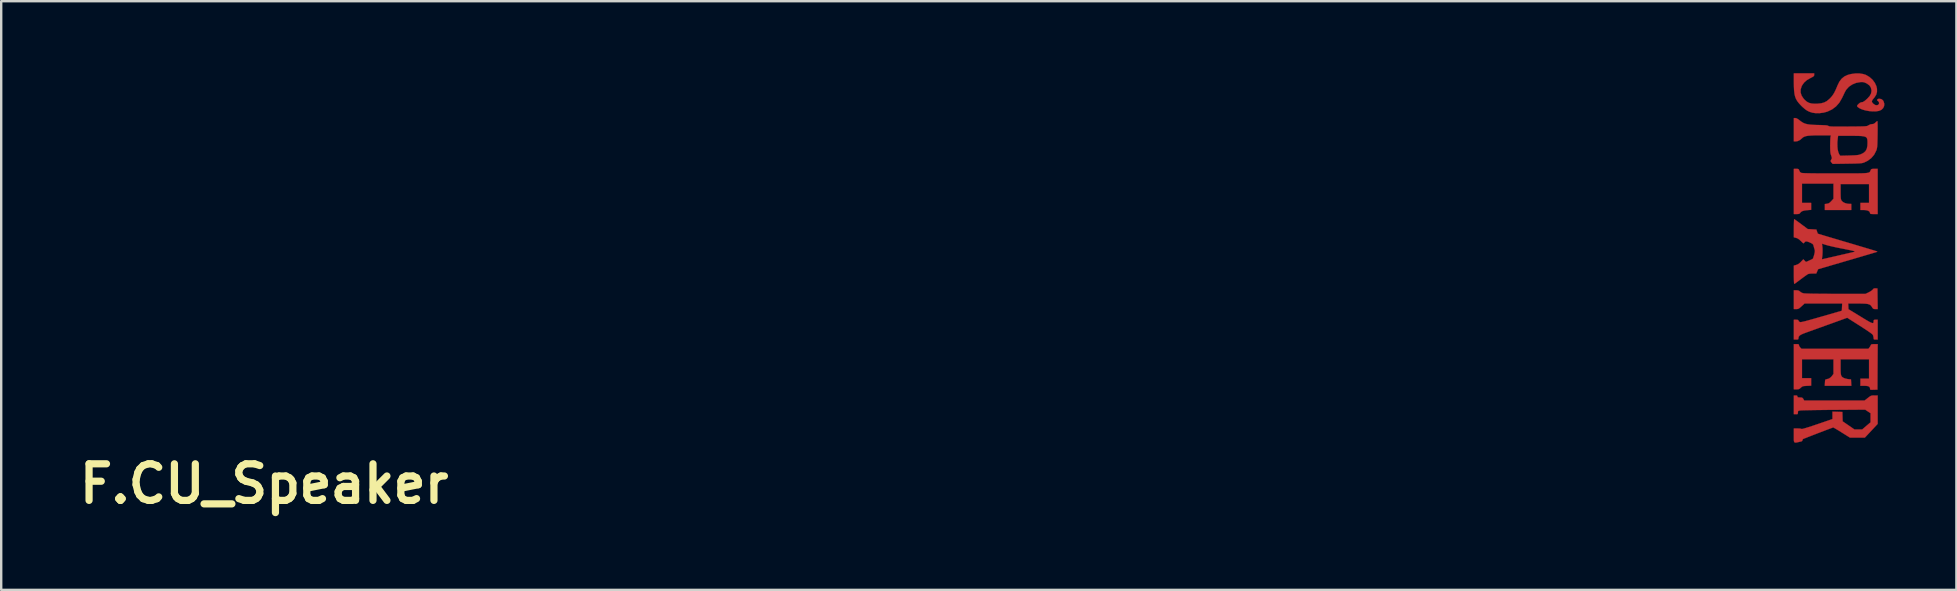
<source format=kicad_pcb>
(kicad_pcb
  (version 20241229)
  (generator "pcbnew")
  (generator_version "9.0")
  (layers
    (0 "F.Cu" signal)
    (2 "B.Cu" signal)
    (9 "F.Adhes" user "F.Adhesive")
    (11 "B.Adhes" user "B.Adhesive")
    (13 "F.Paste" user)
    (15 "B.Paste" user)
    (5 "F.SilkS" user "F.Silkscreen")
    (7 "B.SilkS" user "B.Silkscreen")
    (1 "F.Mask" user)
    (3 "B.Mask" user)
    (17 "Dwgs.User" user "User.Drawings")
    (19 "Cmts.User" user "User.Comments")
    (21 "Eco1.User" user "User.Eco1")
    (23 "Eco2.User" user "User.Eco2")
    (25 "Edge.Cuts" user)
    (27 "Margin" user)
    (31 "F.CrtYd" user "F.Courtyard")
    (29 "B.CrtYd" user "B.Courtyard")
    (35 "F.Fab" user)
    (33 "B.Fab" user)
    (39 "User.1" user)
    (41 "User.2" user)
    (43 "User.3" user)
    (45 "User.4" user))
  (footprint "F.CU_Speaker"
    (layer "F.Cu")
    (at 7.954 17.108)
    (property "Reference" "F.CU_Speaker" (at 0 0 0) (layer "F.SilkS") (effects (font (size 1.524 1.524) (thickness 0.3))))
    (attr through_hole)
    (fp_poly (pts (xy 63.902 -5.819) (xy 63.934 -5.809) (xy 63.944 -5.788) (xy 63.944 -5.778) (xy 63.959 -5.733) (xy 63.994 -5.685) (xy 63.996 -5.682) (xy 64.048 -5.63) (xy 66.841 -5.63) (xy 66.884 -5.685) (xy 66.919 -5.736) (xy 66.94 -5.78) (xy 66.953 -5.803) (xy 66.982 -5.815) (xy 67.036 -5.82) (xy 67.089 -5.821) (xy 67.226 -5.821) (xy 67.22 -4.874) (xy 67.215 -3.926) (xy 67.061 -3.92) (xy 66.982 -3.918) (xy 66.936 -3.92) (xy 66.915 -3.929) (xy 66.908 -3.949) (xy 66.908 -3.965) (xy 66.897 -4.02) (xy 66.86 -4.056) (xy 66.793 -4.077) (xy 66.69 -4.085) (xy 66.668 -4.085) (xy 66.506 -4.085) (xy 66.506 -4.381) (xy 66.865 -4.381) (xy 66.865 -5.186) (xy 65.68 -5.186) (xy 65.68 -4.862) (xy 65.681 -4.725) (xy 65.685 -4.623) (xy 65.695 -4.549) (xy 65.711 -4.497) (xy 65.737 -4.461) (xy 65.775 -4.432) (xy 65.814 -4.41) (xy 65.875 -4.387) (xy 65.955 -4.369) (xy 65.998 -4.362) (xy 66.114 -4.35) (xy 66.12 -4.217) (xy 66.127 -4.085) (xy 65.022 -4.085) (xy 65.028 -4.217) (xy 65.033 -4.29) (xy 65.041 -4.331) (xy 65.058 -4.349) (xy 65.087 -4.356) (xy 65.088 -4.356) (xy 65.194 -4.385) (xy 65.279 -4.446) (xy 65.32 -4.494) (xy 65.384 -4.58) (xy 65.384 -5.186) (xy 64.072 -5.186) (xy 64.072 -4.403) (xy 64.453 -4.403) (xy 64.453 -4.09) (xy 64.274 -4.082) (xy 64.185 -4.077) (xy 64.126 -4.07) (xy 64.085 -4.055) (xy 64.05 -4.03) (xy 64.024 -4.006) (xy 63.974 -3.963) (xy 63.926 -3.943) (xy 63.86 -3.937) (xy 63.843 -3.937) (xy 63.733 -3.937) (xy 63.733 -5.821) (xy 63.839 -5.821) (xy 63.902 -5.819)) (stroke (width 0.01) (type solid)) (fill yes) (layer "F.Cu"))
    (fp_poly (pts (xy 63.896 -13.121) (xy 63.929 -13.11) (xy 63.947 -13.081) (xy 63.956 -13.055) (xy 63.987 -12.997) (xy 64.029 -12.96) (xy 64.05 -12.954) (xy 64.09 -12.949) (xy 64.153 -12.945) (xy 64.239 -12.942) (xy 64.353 -12.939) (xy 64.496 -12.937) (xy 64.671 -12.935) (xy 64.881 -12.934) (xy 65.128 -12.933) (xy 65.414 -12.933) (xy 65.448 -12.933) (xy 65.729 -12.933) (xy 65.97 -12.933) (xy 66.175 -12.933) (xy 66.347 -12.934) (xy 66.489 -12.936) (xy 66.604 -12.939) (xy 66.695 -12.944) (xy 66.765 -12.95) (xy 66.817 -12.958) (xy 66.855 -12.968) (xy 66.881 -12.981) (xy 66.898 -12.996) (xy 66.91 -13.015) (xy 66.92 -13.036) (xy 66.929 -13.059) (xy 66.946 -13.094) (xy 66.967 -13.113) (xy 67.005 -13.121) (xy 67.072 -13.123) (xy 67.09 -13.123) (xy 67.225 -13.123) (xy 67.225 -11.239) (xy 67.067 -11.239) (xy 66.985 -11.241) (xy 66.938 -11.245) (xy 66.915 -11.256) (xy 66.908 -11.274) (xy 66.908 -11.28) (xy 66.888 -11.336) (xy 66.832 -11.378) (xy 66.744 -11.402) (xy 66.651 -11.409) (xy 66.506 -11.409) (xy 66.506 -11.705) (xy 66.865 -11.705) (xy 66.865 -12.488) (xy 65.68 -12.488) (xy 65.68 -12.176) (xy 65.681 -12.051) (xy 65.684 -11.959) (xy 65.689 -11.895) (xy 65.698 -11.85) (xy 65.711 -11.815) (xy 65.721 -11.798) (xy 65.776 -11.742) (xy 65.861 -11.698) (xy 65.963 -11.67) (xy 66.044 -11.663) (xy 66.125 -11.663) (xy 66.125 -11.409) (xy 65.024 -11.409) (xy 65.024 -11.657) (xy 65.114 -11.669) (xy 65.174 -11.683) (xy 65.225 -11.713) (xy 65.283 -11.768) (xy 65.294 -11.78) (xy 65.384 -11.879) (xy 65.384 -12.509) (xy 64.072 -12.509) (xy 64.072 -11.705) (xy 64.453 -11.705) (xy 64.453 -11.415) (xy 64.299 -11.403) (xy 64.177 -11.388) (xy 64.089 -11.364) (xy 64.028 -11.326) (xy 63.997 -11.289) (xy 63.971 -11.26) (xy 63.934 -11.245) (xy 63.873 -11.24) (xy 63.849 -11.239) (xy 63.733 -11.239) (xy 63.733 -13.123) (xy 63.834 -13.123) (xy 63.896 -13.121)) (stroke (width 0.01) (type solid)) (fill yes) (layer "F.Cu"))
    (fp_poly (pts (xy 63.858 -3.678) (xy 63.879 -3.66) (xy 63.881 -3.641) (xy 63.887 -3.615) (xy 63.911 -3.603) (xy 63.963 -3.598) (xy 63.986 -3.598) (xy 64.051 -3.595) (xy 64.09 -3.582) (xy 64.118 -3.551) (xy 64.128 -3.535) (xy 64.165 -3.471) (xy 66.68 -3.471) (xy 66.815 -3.577) (xy 66.883 -3.63) (xy 66.934 -3.661) (xy 66.979 -3.677) (xy 67.034 -3.682) (xy 67.087 -3.683) (xy 67.225 -3.683) (xy 67.225 -2.497) (xy 66.958 -2.211) (xy 66.691 -1.926) (xy 66.07 -1.926) (xy 65.732 -2.137) (xy 65.625 -2.204) (xy 65.529 -2.262) (xy 65.451 -2.308) (xy 65.397 -2.338) (xy 65.372 -2.349) (xy 65.372 -2.349) (xy 65.349 -2.342) (xy 65.292 -2.321) (xy 65.208 -2.29) (xy 65.101 -2.25) (xy 64.978 -2.203) (xy 64.845 -2.152) (xy 64.706 -2.099) (xy 64.569 -2.046) (xy 64.438 -1.995) (xy 64.319 -1.949) (xy 64.219 -1.909) (xy 64.142 -1.879) (xy 64.119 -1.869) (xy 64.097 -1.841) (xy 64.093 -1.818) (xy 64.074 -1.782) (xy 64.045 -1.768) (xy 63.924 -1.74) (xy 63.839 -1.722) (xy 63.783 -1.72) (xy 63.751 -1.738) (xy 63.736 -1.781) (xy 63.732 -1.854) (xy 63.733 -1.961) (xy 63.733 -2.011) (xy 63.733 -2.307) (xy 63.89 -2.307) (xy 63.973 -2.304) (xy 64.031 -2.296) (xy 64.054 -2.284) (xy 64.076 -2.285) (xy 64.134 -2.299) (xy 64.225 -2.325) (xy 64.346 -2.362) (xy 64.494 -2.41) (xy 64.665 -2.468) (xy 64.702 -2.48) (xy 65.341 -2.699) (xy 65.341 -2.853) (xy 65.341 -3.007) (xy 65.754 -2.995) (xy 65.76 -2.8) (xy 65.766 -2.604) (xy 66.259 -2.265) (xy 66.419 -2.265) (xy 66.58 -2.265) (xy 66.754 -2.415) (xy 66.929 -2.564) (xy 66.929 -2.942) (xy 66.816 -3.017) (xy 66.704 -3.091) (xy 65.414 -3.082) (xy 65.181 -3.081) (xy 64.957 -3.078) (xy 64.748 -3.076) (xy 64.557 -3.073) (xy 64.388 -3.07) (xy 64.244 -3.067) (xy 64.132 -3.064) (xy 64.053 -3.062) (xy 64.013 -3.059) (xy 63.949 -3.049) (xy 63.916 -3.036) (xy 63.904 -3.011) (xy 63.902 -2.972) (xy 63.899 -2.926) (xy 63.883 -2.905) (xy 63.841 -2.9) (xy 63.818 -2.9) (xy 63.733 -2.9) (xy 63.733 -3.683) (xy 63.807 -3.683) (xy 63.858 -3.678)) (stroke (width 0.01) (type solid)) (fill yes) (layer "F.Cu"))
    (fp_poly (pts (xy 67.137 -8.145) (xy 67.215 -8.139) (xy 67.22 -7.71) (xy 67.226 -7.281) (xy 67.131 -7.281) (xy 67.073 -7.284) (xy 67.037 -7.299) (xy 67.006 -7.335) (xy 66.982 -7.374) (xy 66.952 -7.418) (xy 66.917 -7.452) (xy 66.871 -7.477) (xy 66.809 -7.494) (xy 66.724 -7.505) (xy 66.611 -7.511) (xy 66.464 -7.514) (xy 66.368 -7.514) (xy 65.996 -7.514) (xy 66.008 -7.276) (xy 66.505 -6.973) (xy 66.66 -6.878) (xy 66.783 -6.805) (xy 66.877 -6.751) (xy 66.947 -6.716) (xy 66.996 -6.699) (xy 67.028 -6.697) (xy 67.046 -6.709) (xy 67.054 -6.735) (xy 67.056 -6.773) (xy 67.056 -6.776) (xy 67.06 -6.815) (xy 67.078 -6.832) (xy 67.125 -6.837) (xy 67.141 -6.837) (xy 67.225 -6.837) (xy 67.225 -6.011) (xy 67.141 -6.011) (xy 67.086 -6.014) (xy 67.062 -6.028) (xy 67.056 -6.065) (xy 67.055 -6.091) (xy 67.036 -6.179) (xy 67.008 -6.226) (xy 66.978 -6.252) (xy 66.917 -6.297) (xy 66.831 -6.357) (xy 66.724 -6.429) (xy 66.602 -6.509) (xy 66.469 -6.594) (xy 66.458 -6.601) (xy 65.956 -6.92) (xy 65.22 -6.654) (xy 65.04 -6.59) (xy 64.862 -6.525) (xy 64.693 -6.464) (xy 64.538 -6.409) (xy 64.405 -6.361) (xy 64.3 -6.323) (xy 64.241 -6.302) (xy 64.117 -6.255) (xy 64.029 -6.214) (xy 63.971 -6.175) (xy 63.938 -6.133) (xy 63.925 -6.087) (xy 63.924 -6.07) (xy 63.92 -6.034) (xy 63.902 -6.017) (xy 63.859 -6.012) (xy 63.828 -6.011) (xy 63.733 -6.011) (xy 63.733 -6.837) (xy 63.828 -6.837) (xy 63.893 -6.832) (xy 63.921 -6.816) (xy 63.923 -6.808) (xy 63.939 -6.775) (xy 63.97 -6.748) (xy 63.984 -6.741) (xy 64.003 -6.738) (xy 64.033 -6.739) (xy 64.075 -6.746) (xy 64.135 -6.759) (xy 64.216 -6.779) (xy 64.321 -6.807) (xy 64.454 -6.844) (xy 64.62 -6.891) (xy 64.822 -6.949) (xy 64.875 -6.964) (xy 65.733 -7.212) (xy 65.739 -7.363) (xy 65.746 -7.514) (xy 64.18 -7.514) (xy 64.054 -7.398) (xy 63.988 -7.339) (xy 63.941 -7.304) (xy 63.899 -7.287) (xy 63.852 -7.282) (xy 63.831 -7.281) (xy 63.733 -7.281) (xy 63.733 -8.065) (xy 63.835 -8.065) (xy 63.908 -8.059) (xy 63.957 -8.038) (xy 63.985 -8.014) (xy 64.036 -7.976) (xy 64.105 -7.945) (xy 64.125 -7.94) (xy 64.17 -7.934) (xy 64.256 -7.929) (xy 64.384 -7.925) (xy 64.553 -7.921) (xy 64.763 -7.919) (xy 65.016 -7.917) (xy 65.31 -7.916) (xy 65.47 -7.916) (xy 66.722 -7.916) (xy 66.855 -7.98) (xy 66.928 -8.02) (xy 66.989 -8.063) (xy 67.023 -8.097) (xy 67.056 -8.134) (xy 67.1 -8.146) (xy 67.137 -8.145)) (stroke (width 0.01) (type solid)) (fill yes) (layer "F.Cu"))
    (fp_poly (pts (xy 64.579 -17.042) (xy 64.576 -17.01) (xy 64.559 -16.984) (xy 64.522 -16.957) (xy 64.457 -16.923) (xy 64.423 -16.906) (xy 64.273 -16.819) (xy 64.16 -16.719) (xy 64.076 -16.6) (xy 64.059 -16.565) (xy 64.016 -16.431) (xy 64.015 -16.301) (xy 64.056 -16.173) (xy 64.138 -16.049) (xy 64.19 -15.993) (xy 64.275 -15.92) (xy 64.367 -15.872) (xy 64.475 -15.844) (xy 64.607 -15.835) (xy 64.708 -15.837) (xy 64.865 -15.853) (xy 64.993 -15.887) (xy 65.105 -15.945) (xy 65.21 -16.032) (xy 65.264 -16.086) (xy 65.323 -16.154) (xy 65.373 -16.224) (xy 65.421 -16.304) (xy 65.47 -16.403) (xy 65.525 -16.53) (xy 65.552 -16.597) (xy 65.631 -16.757) (xy 65.725 -16.88) (xy 65.839 -16.972) (xy 65.979 -17.037) (xy 66.114 -17.073) (xy 66.295 -17.097) (xy 66.469 -17.097) (xy 66.628 -17.072) (xy 66.739 -17.035) (xy 66.884 -16.949) (xy 67.009 -16.838) (xy 67.106 -16.708) (xy 67.172 -16.565) (xy 67.196 -16.456) (xy 67.196 -16.325) (xy 67.161 -16.208) (xy 67.088 -16.095) (xy 67.065 -16.068) (xy 67.007 -15.997) (xy 66.983 -15.943) (xy 66.991 -15.896) (xy 67.032 -15.847) (xy 67.059 -15.823) (xy 67.135 -15.778) (xy 67.207 -15.774) (xy 67.255 -15.797) (xy 67.283 -15.84) (xy 67.281 -15.892) (xy 67.251 -15.938) (xy 67.233 -15.95) (xy 67.202 -15.979) (xy 67.207 -16.01) (xy 67.24 -16.035) (xy 67.291 -16.044) (xy 67.378 -16.029) (xy 67.442 -15.981) (xy 67.469 -15.939) (xy 67.5 -15.838) (xy 67.492 -15.74) (xy 67.451 -15.652) (xy 67.378 -15.582) (xy 67.279 -15.539) (xy 67.157 -15.52) (xy 67.018 -15.518) (xy 66.871 -15.53) (xy 66.727 -15.556) (xy 66.594 -15.593) (xy 66.482 -15.64) (xy 66.401 -15.694) (xy 66.387 -15.708) (xy 66.368 -15.734) (xy 66.369 -15.757) (xy 66.393 -15.79) (xy 66.423 -15.822) (xy 66.486 -15.874) (xy 66.543 -15.896) (xy 66.549 -15.896) (xy 66.6 -15.905) (xy 66.658 -15.935) (xy 66.73 -15.991) (xy 66.798 -16.053) (xy 66.893 -16.158) (xy 66.949 -16.261) (xy 66.968 -16.365) (xy 66.966 -16.405) (xy 66.94 -16.513) (xy 66.882 -16.599) (xy 66.787 -16.671) (xy 66.748 -16.691) (xy 66.672 -16.725) (xy 66.609 -16.739) (xy 66.535 -16.74) (xy 66.5 -16.737) (xy 66.325 -16.705) (xy 66.166 -16.639) (xy 66.028 -16.546) (xy 65.919 -16.427) (xy 65.865 -16.336) (xy 65.828 -16.26) (xy 65.783 -16.165) (xy 65.738 -16.072) (xy 65.735 -16.066) (xy 65.626 -15.879) (xy 65.49 -15.725) (xy 65.326 -15.602) (xy 65.134 -15.511) (xy 65.111 -15.503) (xy 64.963 -15.464) (xy 64.803 -15.444) (xy 64.647 -15.443) (xy 64.512 -15.462) (xy 64.511 -15.462) (xy 64.395 -15.498) (xy 64.295 -15.544) (xy 64.2 -15.609) (xy 64.097 -15.698) (xy 64.045 -15.748) (xy 63.954 -15.845) (xy 63.882 -15.936) (xy 63.827 -16.028) (xy 63.787 -16.128) (xy 63.76 -16.244) (xy 63.743 -16.382) (xy 63.735 -16.548) (xy 63.733 -16.735) (xy 63.733 -17.103) (xy 64.579 -17.103) (xy 64.579 -17.042)) (stroke (width 0.01) (type solid)) (fill yes) (layer "F.Cu"))
    (fp_poly (pts (xy 63.853 -15.225) (xy 63.93 -15.177) (xy 63.979 -15.139) (xy 64.054 -15.082) (xy 64.128 -15.038) (xy 64.207 -15.005) (xy 64.299 -14.982) (xy 64.41 -14.966) (xy 64.548 -14.956) (xy 64.72 -14.95) (xy 64.748 -14.95) (xy 64.894 -14.946) (xy 65.003 -14.941) (xy 65.081 -14.936) (xy 65.132 -14.928) (xy 65.163 -14.917) (xy 65.174 -14.91) (xy 65.188 -14.902) (xy 65.213 -14.895) (xy 65.253 -14.89) (xy 65.311 -14.887) (xy 65.393 -14.884) (xy 65.501 -14.883) (xy 65.64 -14.883) (xy 65.814 -14.883) (xy 65.993 -14.885) (xy 66.196 -14.886) (xy 66.361 -14.888) (xy 66.492 -14.89) (xy 66.594 -14.892) (xy 66.671 -14.895) (xy 66.727 -14.9) (xy 66.768 -14.905) (xy 66.796 -14.912) (xy 66.817 -14.922) (xy 66.834 -14.933) (xy 66.842 -14.938) (xy 66.929 -14.979) (xy 66.988 -14.986) (xy 67.056 -14.996) (xy 67.112 -15.032) (xy 67.13 -15.05) (xy 67.172 -15.089) (xy 67.204 -15.111) (xy 67.21 -15.113) (xy 67.216 -15.093) (xy 67.22 -15.034) (xy 67.222 -14.94) (xy 67.223 -14.817) (xy 67.222 -14.666) (xy 67.221 -14.557) (xy 67.218 -14.387) (xy 67.214 -14.253) (xy 67.211 -14.15) (xy 67.206 -14.071) (xy 67.199 -14.011) (xy 67.191 -13.964) (xy 67.18 -13.923) (xy 67.165 -13.884) (xy 67.164 -13.88) (xy 67.077 -13.712) (xy 66.957 -13.571) (xy 66.807 -13.459) (xy 66.672 -13.393) (xy 66.636 -13.38) (xy 66.599 -13.369) (xy 66.555 -13.361) (xy 66.498 -13.355) (xy 66.424 -13.35) (xy 66.326 -13.346) (xy 66.2 -13.343) (xy 66.039 -13.341) (xy 65.955 -13.339) (xy 65.352 -13.331) (xy 65.302 -13.385) (xy 65.27 -13.428) (xy 65.268 -13.467) (xy 65.295 -13.518) (xy 65.304 -13.53) (xy 65.316 -13.56) (xy 65.313 -13.601) (xy 65.292 -13.667) (xy 65.288 -13.678) (xy 65.27 -13.734) (xy 65.258 -13.795) (xy 65.251 -13.87) (xy 65.247 -13.97) (xy 65.246 -14.083) (xy 65.545 -14.083) (xy 65.557 -13.94) (xy 65.584 -13.82) (xy 65.618 -13.739) (xy 65.661 -13.669) (xy 66.036 -13.678) (xy 66.178 -13.683) (xy 66.286 -13.688) (xy 66.367 -13.695) (xy 66.43 -13.704) (xy 66.482 -13.718) (xy 66.529 -13.734) (xy 66.639 -13.79) (xy 66.719 -13.862) (xy 66.77 -13.955) (xy 66.796 -14.077) (xy 66.802 -14.193) (xy 66.801 -14.276) (xy 66.795 -14.343) (xy 66.78 -14.395) (xy 66.752 -14.434) (xy 66.706 -14.462) (xy 66.638 -14.48) (xy 66.544 -14.491) (xy 66.419 -14.497) (xy 66.26 -14.499) (xy 66.106 -14.499) (xy 65.577 -14.499) (xy 65.562 -14.402) (xy 65.546 -14.24) (xy 65.545 -14.083) (xy 65.246 -14.083) (xy 65.246 -14.086) (xy 65.247 -14.2) (xy 65.25 -14.305) (xy 65.255 -14.389) (xy 65.26 -14.444) (xy 65.262 -14.452) (xy 65.277 -14.52) (xy 64.82 -14.52) (xy 64.626 -14.519) (xy 64.47 -14.513) (xy 64.346 -14.504) (xy 64.249 -14.489) (xy 64.176 -14.467) (xy 64.121 -14.44) (xy 64.08 -14.404) (xy 64.078 -14.403) (xy 63.992 -14.329) (xy 63.895 -14.281) (xy 63.812 -14.266) (xy 63.733 -14.266) (xy 63.733 -15.24) (xy 63.794 -15.24) (xy 63.853 -15.225)) (stroke (width 0.01) (type solid)) (fill yes) (layer "F.Cu"))
    (fp_poly (pts (xy 63.767 -11.016) (xy 63.816 -10.982) (xy 63.886 -10.932) (xy 63.972 -10.869) (xy 64.036 -10.821) (xy 64.312 -10.615) (xy 64.491 -10.604) (xy 64.671 -10.594) (xy 64.699 -10.511) (xy 64.718 -10.458) (xy 64.731 -10.426) (xy 64.734 -10.422) (xy 64.754 -10.415) (xy 64.812 -10.398) (xy 64.904 -10.37) (xy 65.025 -10.333) (xy 65.173 -10.289) (xy 65.344 -10.238) (xy 65.535 -10.182) (xy 65.741 -10.12) (xy 65.96 -10.056) (xy 65.966 -10.054) (xy 66.186 -9.989) (xy 66.393 -9.927) (xy 66.584 -9.87) (xy 66.756 -9.819) (xy 66.905 -9.774) (xy 67.028 -9.737) (xy 67.121 -9.708) (xy 67.18 -9.69) (xy 67.202 -9.682) (xy 67.202 -9.682) (xy 67.202 -9.666) (xy 67.181 -9.659) (xy 67.123 -9.642) (xy 67.031 -9.614) (xy 66.909 -9.578) (xy 66.76 -9.534) (xy 66.589 -9.483) (xy 66.398 -9.427) (xy 66.191 -9.366) (xy 65.972 -9.302) (xy 65.968 -9.301) (xy 64.743 -8.943) (xy 64.666 -8.763) (xy 64.515 -8.763) (xy 64.433 -8.76) (xy 64.362 -8.751) (xy 64.319 -8.738) (xy 64.286 -8.717) (xy 64.226 -8.675) (xy 64.148 -8.619) (xy 64.059 -8.553) (xy 64.029 -8.531) (xy 63.94 -8.464) (xy 63.862 -8.406) (xy 63.801 -8.361) (xy 63.765 -8.336) (xy 63.759 -8.332) (xy 63.75 -8.335) (xy 63.742 -8.359) (xy 63.738 -8.41) (xy 63.735 -8.492) (xy 63.733 -8.608) (xy 63.733 -8.704) (xy 63.733 -9.093) (xy 63.83 -9.119) (xy 63.91 -9.152) (xy 63.989 -9.212) (xy 64.027 -9.249) (xy 64.127 -9.354) (xy 64.183 -9.298) (xy 64.238 -9.243) (xy 64.372 -9.302) (xy 64.441 -9.334) (xy 64.495 -9.36) (xy 64.498 -9.362) (xy 64.905 -9.362) (xy 64.907 -9.356) (xy 64.929 -9.36) (xy 64.987 -9.373) (xy 65.077 -9.393) (xy 65.192 -9.42) (xy 65.329 -9.451) (xy 65.482 -9.486) (xy 65.557 -9.503) (xy 65.718 -9.541) (xy 65.868 -9.575) (xy 66.001 -9.606) (xy 66.111 -9.632) (xy 66.193 -9.651) (xy 66.242 -9.663) (xy 66.252 -9.665) (xy 66.278 -9.674) (xy 66.274 -9.684) (xy 66.236 -9.697) (xy 66.199 -9.708) (xy 66.144 -9.721) (xy 66.057 -9.74) (xy 65.945 -9.763) (xy 65.818 -9.789) (xy 65.691 -9.813) (xy 65.488 -9.854) (xy 65.305 -9.895) (xy 65.148 -9.933) (xy 65.023 -9.969) (xy 64.935 -10) (xy 64.913 -10.005) (xy 64.907 -9.987) (xy 64.913 -9.937) (xy 64.914 -9.934) (xy 64.924 -9.845) (xy 64.928 -9.732) (xy 64.926 -9.611) (xy 64.919 -9.5) (xy 64.913 -9.456) (xy 64.906 -9.398) (xy 64.905 -9.362) (xy 64.498 -9.362) (xy 64.521 -9.375) (xy 64.522 -9.375) (xy 64.535 -9.402) (xy 64.554 -9.458) (xy 64.577 -9.531) (xy 64.579 -9.54) (xy 64.602 -9.637) (xy 64.609 -9.705) (xy 64.601 -9.751) (xy 64.583 -9.81) (xy 64.563 -9.884) (xy 64.558 -9.903) (xy 64.543 -9.952) (xy 64.521 -9.987) (xy 64.483 -10.015) (xy 64.418 -10.047) (xy 64.398 -10.057) (xy 64.307 -10.092) (xy 64.243 -10.102) (xy 64.197 -10.086) (xy 64.161 -10.042) (xy 64.159 -10.039) (xy 64.145 -10.024) (xy 64.124 -10.028) (xy 64.089 -10.055) (xy 64.034 -10.109) (xy 64.03 -10.113) (xy 63.948 -10.187) (xy 63.875 -10.231) (xy 63.827 -10.247) (xy 63.733 -10.271) (xy 63.733 -10.649) (xy 63.734 -10.771) (xy 63.736 -10.876) (xy 63.739 -10.958) (xy 63.742 -11.011) (xy 63.746 -11.028) (xy 63.767 -11.016)) (stroke (width 0.01) (type solid)) (fill yes) (layer "F.Cu")))
  (gr_rect
    (start -3 -3)
    (end 78.459 21.526)
    (stroke (width 0.1) (type default))
    (fill no)
    (layer "Edge.Cuts")))
</source>
